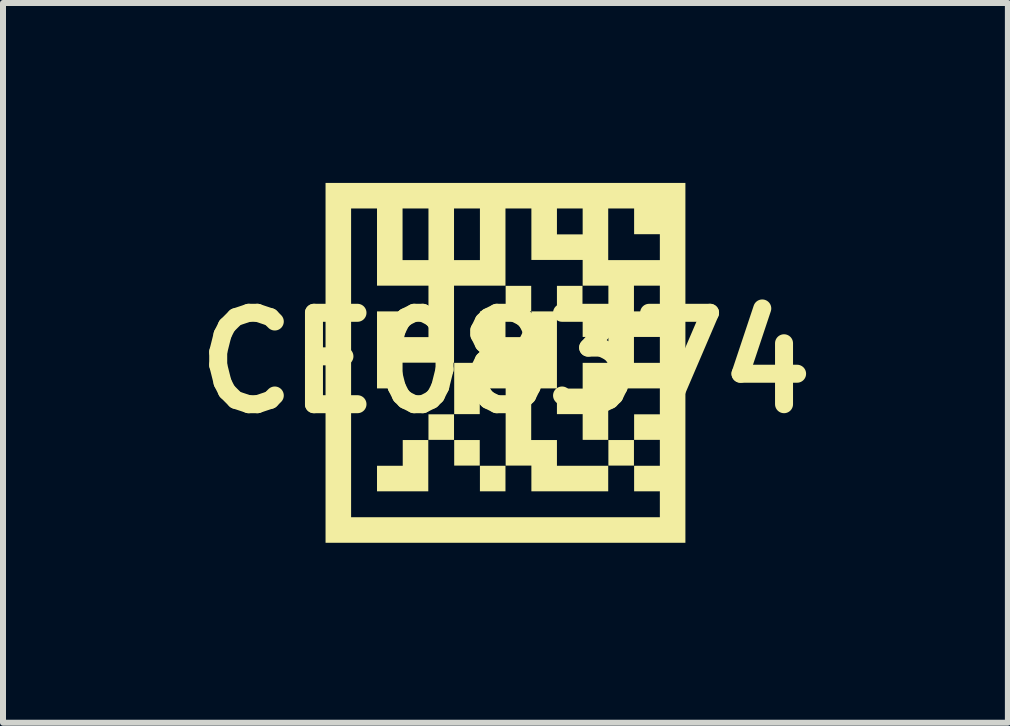
<source format=kicad_pcb>
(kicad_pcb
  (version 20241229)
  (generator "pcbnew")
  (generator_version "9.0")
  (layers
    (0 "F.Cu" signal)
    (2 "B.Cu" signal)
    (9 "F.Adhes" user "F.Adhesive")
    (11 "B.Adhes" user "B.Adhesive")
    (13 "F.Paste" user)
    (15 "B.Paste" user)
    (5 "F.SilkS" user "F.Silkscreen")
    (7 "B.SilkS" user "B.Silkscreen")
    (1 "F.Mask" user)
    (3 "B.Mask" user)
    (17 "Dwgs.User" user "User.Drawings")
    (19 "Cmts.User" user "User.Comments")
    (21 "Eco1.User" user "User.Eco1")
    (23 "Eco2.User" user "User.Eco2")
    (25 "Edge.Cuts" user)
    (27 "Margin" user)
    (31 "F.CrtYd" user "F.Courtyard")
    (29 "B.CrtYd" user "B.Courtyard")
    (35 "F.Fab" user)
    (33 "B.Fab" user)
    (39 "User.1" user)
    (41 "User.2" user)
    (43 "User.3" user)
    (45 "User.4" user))
  (footprint "CE08374"
    (layer "F.Cu")
    (at 5.378 3)
    (property "Reference" "CE08374" (at 0 0 0) (layer "F.SilkS") (effects (font (size 1.524 1.524) (thickness 0.3))))
    (attr board_only exclude_from_pos_files exclude_from_bom)
    (fp_poly (pts (xy -0.858 1.284) (xy -1.284 1.284) (xy -1.284 0.858) (xy -0.858 0.858)) (stroke (width 0) (type solid)) (fill yes) (layer "F.SilkS"))
    (fp_poly (pts (xy -0.429 1.713) (xy -0.855 1.713) (xy -0.855 1.287) (xy -0.429 1.287)) (stroke (width 0) (type solid)) (fill yes) (layer "F.SilkS"))
    (fp_poly (pts (xy 0 2.142) (xy -0.426 2.142) (xy -0.426 1.716) (xy 0 1.716)) (stroke (width 0) (type solid)) (fill yes) (layer "F.SilkS"))
    (fp_poly (pts (xy 0.429 -0.858) (xy 0.003 -0.858) (xy 0.003 -1.284) (xy 0.429 -1.284)) (stroke (width 0) (type solid)) (fill yes) (layer "F.SilkS"))
    (fp_poly (pts (xy 1.284 -0.858) (xy 0.858 -0.858) (xy 0.858 -1.284) (xy 1.284 -1.284)) (stroke (width 0) (type solid)) (fill yes) (layer "F.SilkS"))
    (fp_poly (pts (xy 2.142 1.713) (xy 1.716 1.713) (xy 1.716 1.287) (xy 2.142 1.287)) (stroke (width 0) (type solid)) (fill yes) (layer "F.SilkS"))
    (fp_poly (pts (xy -1.287 2.142) (xy -2.142 2.142) (xy -2.142 1.716) (xy -1.713 1.716) (xy -1.713 1.287) (xy -1.287 1.287)) (stroke (width 0) (type solid)) (fill yes) (layer "F.SilkS"))
    (fp_poly (pts (xy 0 -0.429) (xy 0.432 -0.429) (xy 0.432 -0.858) (xy 0.858 -0.858) (xy 0.858 0.426) (xy 0.429 0.426) (xy 0.429 1.287) (xy 0.858 1.287) (xy 0.858 1.716) (xy 1.713 1.716) (xy 1.713 2.142) (xy 0.432 2.142) (xy 0.432 1.713) (xy 0.003 1.713) (xy 0.003 0.426) (xy -0.429 0.426) (xy -0.429 0.855) (xy -0.855 0.855) (xy -0.855 0) (xy -0.426 0) (xy -0.426 -0.858) (xy 0 -0.858)) (stroke (width 0) (type solid)) (fill yes) (layer "F.SilkS"))
    (fp_poly (pts (xy 3 3) (xy -3 3) (xy -3 2.574) (xy -2.574 2.574) (xy 2.574 2.574) (xy 2.574 2.142) (xy 2.145 2.142) (xy 2.145 1.716) (xy 2.574 1.716) (xy 2.574 1.284) (xy 2.145 1.284) (xy 2.145 0.858) (xy 2.574 0.858) (xy 2.574 0.426) (xy 1.713 0.426) (xy 1.713 1.284) (xy 1.287 1.284) (xy 1.287 0.855) (xy 0.858 0.855) (xy 0.858 0.429) (xy 1.287 0.429) (xy 1.287 0) (xy 1.716 0) (xy 2.142 0) (xy 2.574 0) (xy 2.574 -0.432) (xy 2.142 -0.432) (xy 2.142 0) (xy 1.716 0) (xy 1.716 -0.432) (xy 1.287 -0.432) (xy 1.287 -0.858) (xy 1.716 -0.858) (xy 2.142 -0.858) (xy 2.574 -0.858) (xy 2.574 -1.287) (xy 2.142 -1.287) (xy 2.142 -0.858) (xy 1.716 -0.858) (xy 1.716 -1.287) (xy 1.287 -1.287) (xy 1.287 -1.713) (xy 1.713 -1.713) (xy 2.574 -1.713) (xy 2.574 -2.145) (xy 2.145 -2.145) (xy 2.145 -2.574) (xy 1.713 -2.574) (xy 1.713 -1.713) (xy 1.287 -1.713) (xy 1.287 -1.716) (xy 0.432 -1.716) (xy 0.432 -2.142) (xy 0.858 -2.142) (xy 1.287 -2.142) (xy 1.287 -2.574) (xy 0.858 -2.574) (xy 0.858 -2.142) (xy 0.432 -2.142) (xy 0.432 -2.574) (xy 0 -2.574) (xy 0 -1.287) (xy -0.858 -1.287) (xy -0.858 -0.003) (xy -1.716 -0.003) (xy -1.716 0.426) (xy -2.142 0.426) (xy -2.142 -0.858) (xy -1.716 -0.858) (xy -1.716 -0.429) (xy -1.284 -0.429) (xy -1.284 -1.287) (xy -2.142 -1.287) (xy -2.142 -1.713) (xy -1.716 -1.713) (xy -1.284 -1.713) (xy -0.858 -1.713) (xy -0.426 -1.713) (xy -0.426 -2.574) (xy -0.858 -2.574) (xy -0.858 -1.713) (xy -1.284 -1.713) (xy -1.284 -2.574) (xy -1.716 -2.574) (xy -1.716 -1.713) (xy -2.142 -1.713) (xy -2.142 -2.574) (xy -2.574 -2.574) (xy -2.574 2.574) (xy -3 2.574) (xy -3 -3) (xy 3 -3)) (stroke (width 0) (type solid)) (fill yes) (layer "F.SilkS")))
  (gr_rect
    (start -3 -3)
    (end 13.755 9)
    (stroke (width 0.1) (type default))
    (fill no)
    (layer "Edge.Cuts")))
</source>
